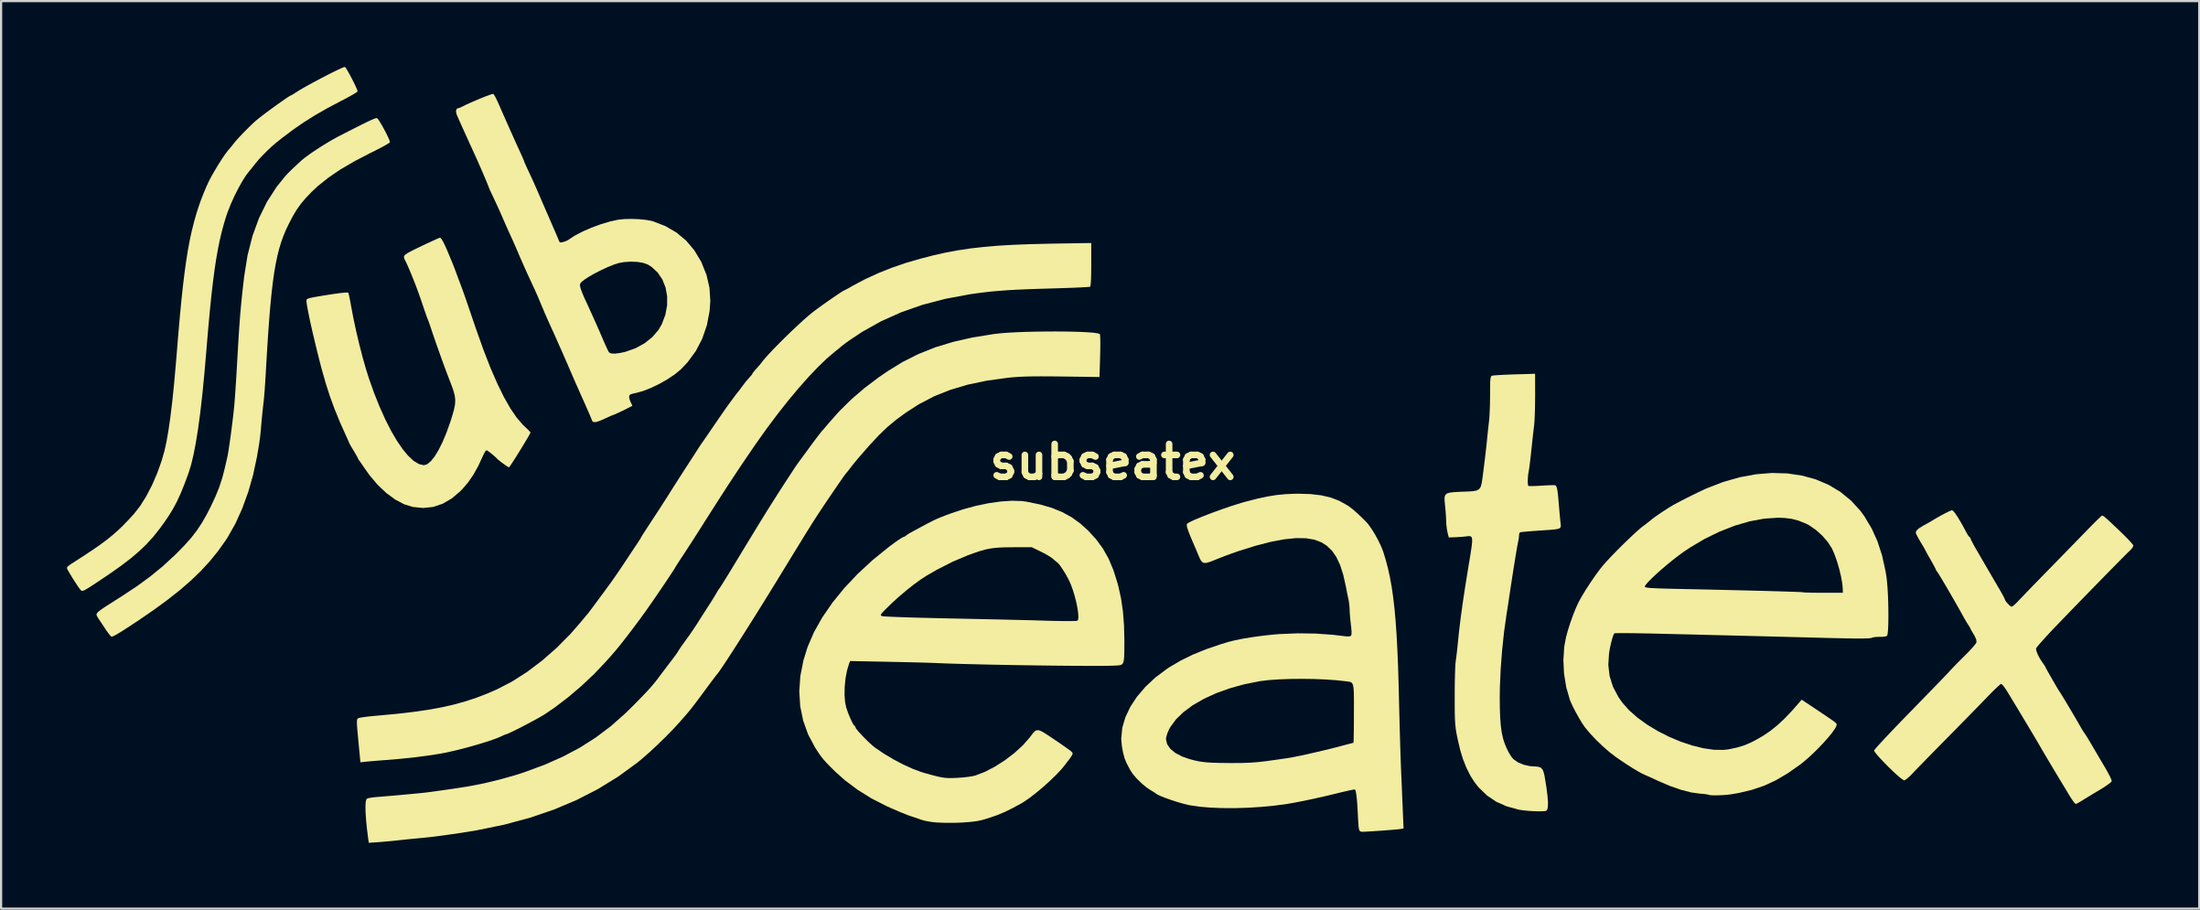
<source format=kicad_pcb>
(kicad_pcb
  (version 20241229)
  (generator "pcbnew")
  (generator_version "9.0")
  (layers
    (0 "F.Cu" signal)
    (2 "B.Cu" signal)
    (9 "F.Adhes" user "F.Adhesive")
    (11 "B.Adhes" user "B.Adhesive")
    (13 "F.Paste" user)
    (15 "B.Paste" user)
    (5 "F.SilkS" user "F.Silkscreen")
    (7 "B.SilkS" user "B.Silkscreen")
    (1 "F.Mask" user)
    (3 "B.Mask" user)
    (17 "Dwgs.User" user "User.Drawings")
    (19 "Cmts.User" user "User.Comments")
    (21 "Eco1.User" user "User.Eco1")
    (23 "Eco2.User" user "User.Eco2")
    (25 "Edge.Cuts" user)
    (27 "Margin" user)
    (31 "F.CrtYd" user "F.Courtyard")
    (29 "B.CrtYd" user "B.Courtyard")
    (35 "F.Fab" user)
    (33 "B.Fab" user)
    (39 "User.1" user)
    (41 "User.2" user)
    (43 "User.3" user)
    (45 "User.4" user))
  (footprint "subseatex"
    (layer "F.Cu")
    (at 47.642 18.002)
    (property "Reference" "subseatex" (at 0 0 0) (layer "F.SilkS") (effects (font (size 1.5 1.5) (thickness 0.3))))
    (attr board_only exclude_from_pos_files exclude_from_bom)
    (fp_poly (pts (xy -33.519 -15.67) (xy -33.471 -15.624) (xy -33.394 -15.51) (xy -33.297 -15.349) (xy -33.193 -15.162) (xy -33.092 -14.97) (xy -33.007 -14.793) (xy -32.948 -14.653) (xy -32.926 -14.574) (xy -32.967 -14.537) (xy -33.083 -14.465) (xy -33.261 -14.365) (xy -33.489 -14.245) (xy -33.754 -14.111) (xy -33.838 -14.07) (xy -34.558 -13.696) (xy -35.188 -13.327) (xy -35.735 -12.955) (xy -36.207 -12.577) (xy -36.493 -12.309) (xy -36.767 -12.023) (xy -36.988 -11.76) (xy -37.179 -11.491) (xy -37.36 -11.187) (xy -37.535 -10.85) (xy -37.662 -10.584) (xy -37.776 -10.313) (xy -37.879 -10.028) (xy -37.971 -9.724) (xy -38.055 -9.394) (xy -38.131 -9.029) (xy -38.201 -8.624) (xy -38.264 -8.171) (xy -38.323 -7.663) (xy -38.378 -7.094) (xy -38.431 -6.456) (xy -38.482 -5.742) (xy -38.533 -4.945) (xy -38.584 -4.058) (xy -38.59 -3.947) (xy -38.61 -3.627) (xy -38.632 -3.31) (xy -38.655 -3.021) (xy -38.677 -2.785) (xy -38.691 -2.662) (xy -38.717 -2.438) (xy -38.746 -2.161) (xy -38.774 -1.875) (xy -38.786 -1.734) (xy -38.808 -1.478) (xy -38.828 -1.27) (xy -38.85 -1.083) (xy -38.877 -0.89) (xy -38.912 -0.665) (xy -38.961 -0.382) (xy -38.984 -0.244) (xy -39.156 0.57) (xy -39.381 1.361) (xy -39.653 2.111) (xy -39.967 2.806) (xy -40.317 3.427) (xy -40.423 3.59) (xy -40.765 4.068) (xy -41.135 4.523) (xy -41.541 4.965) (xy -41.994 5.401) (xy -42.5 5.84) (xy -43.071 6.29) (xy -43.714 6.759) (xy -44.439 7.256) (xy -44.45 7.263) (xy -44.819 7.506) (xy -45.113 7.695) (xy -45.336 7.832) (xy -45.493 7.919) (xy -45.588 7.959) (xy -45.609 7.962) (xy -45.657 7.924) (xy -45.741 7.822) (xy -45.848 7.675) (xy -45.892 7.608) (xy -46.011 7.427) (xy -46.121 7.263) (xy -46.201 7.143) (xy -46.216 7.121) (xy -46.288 6.998) (xy -46.292 6.913) (xy -46.221 6.831) (xy -46.172 6.791) (xy -46.114 6.747) (xy -46.051 6.701) (xy -45.972 6.647) (xy -45.864 6.576) (xy -45.714 6.48) (xy -45.511 6.35) (xy -45.242 6.179) (xy -45.127 6.106) (xy -44.439 5.65) (xy -43.824 5.199) (xy -43.259 4.735) (xy -42.723 4.24) (xy -42.636 4.155) (xy -42.275 3.785) (xy -41.976 3.448) (xy -41.722 3.119) (xy -41.493 2.774) (xy -41.274 2.389) (xy -41.108 2.066) (xy -40.879 1.58) (xy -40.701 1.141) (xy -40.563 0.718) (xy -40.472 0.366) (xy -40.424 0.161) (xy -40.378 -0.037) (xy -40.346 -0.171) (xy -40.315 -0.322) (xy -40.277 -0.551) (xy -40.234 -0.839) (xy -40.187 -1.168) (xy -40.141 -1.517) (xy -40.097 -1.87) (xy -40.057 -2.205) (xy -40.026 -2.505) (xy -40.009 -2.687) (xy -39.992 -2.908) (xy -39.971 -3.205) (xy -39.947 -3.556) (xy -39.923 -3.941) (xy -39.9 -4.336) (xy -39.884 -4.616) (xy -39.85 -5.206) (xy -39.819 -5.716) (xy -39.79 -6.164) (xy -39.76 -6.569) (xy -39.728 -6.948) (xy -39.693 -7.319) (xy -39.654 -7.7) (xy -39.608 -8.109) (xy -39.565 -8.474) (xy -39.413 -9.42) (xy -39.189 -10.3) (xy -38.893 -11.113) (xy -38.526 -11.86) (xy -38.087 -12.541) (xy -37.709 -13.009) (xy -37.608 -13.12) (xy -37.493 -13.238) (xy -37.35 -13.377) (xy -37.162 -13.553) (xy -36.977 -13.724) (xy -36.806 -13.865) (xy -36.569 -14.038) (xy -36.288 -14.229) (xy -35.983 -14.425) (xy -35.675 -14.612) (xy -35.385 -14.777) (xy -35.267 -14.839) (xy -34.826 -15.065) (xy -34.464 -15.249) (xy -34.174 -15.395) (xy -33.947 -15.506) (xy -33.776 -15.585) (xy -33.654 -15.637) (xy -33.572 -15.664) (xy -33.525 -15.671)) (stroke (width 0) (type solid)) (fill yes) (layer "F.SilkS"))
    (fp_poly (pts (xy -34.93 -17.945) (xy -34.854 -17.822) (xy -34.76 -17.655) (xy -34.66 -17.465) (xy -34.562 -17.273) (xy -34.48 -17.099) (xy -34.423 -16.964) (xy -34.401 -16.89) (xy -34.402 -16.885) (xy -34.451 -16.844) (xy -34.573 -16.768) (xy -34.753 -16.665) (xy -34.976 -16.544) (xy -35.176 -16.44) (xy -35.795 -16.113) (xy -36.346 -15.797) (xy -36.855 -15.477) (xy -37.348 -15.136) (xy -37.851 -14.757) (xy -38.122 -14.541) (xy -38.313 -14.377) (xy -38.525 -14.177) (xy -38.735 -13.965) (xy -38.919 -13.767) (xy -39.052 -13.607) (xy -39.054 -13.604) (xy -39.167 -13.458) (xy -39.277 -13.324) (xy -39.311 -13.286) (xy -39.466 -13.088) (xy -39.64 -12.817) (xy -39.822 -12.494) (xy -40.002 -12.139) (xy -40.169 -11.772) (xy -40.312 -11.413) (xy -40.391 -11.186) (xy -40.497 -10.834) (xy -40.595 -10.471) (xy -40.685 -10.087) (xy -40.768 -9.675) (xy -40.846 -9.226) (xy -40.921 -8.732) (xy -40.992 -8.184) (xy -41.062 -7.575) (xy -41.131 -6.895) (xy -41.201 -6.138) (xy -41.273 -5.293) (xy -41.298 -4.982) (xy -41.386 -3.972) (xy -41.476 -3.057) (xy -41.57 -2.237) (xy -41.668 -1.509) (xy -41.771 -0.872) (xy -41.877 -0.325) (xy -41.988 0.136) (xy -42.104 0.51) (xy -42.107 0.517) (xy -42.289 1.007) (xy -42.457 1.423) (xy -42.624 1.787) (xy -42.801 2.12) (xy -42.997 2.442) (xy -43.225 2.776) (xy -43.428 3.053) (xy -43.712 3.41) (xy -44.017 3.745) (xy -44.356 4.07) (xy -44.741 4.397) (xy -45.186 4.736) (xy -45.703 5.1) (xy -45.867 5.211) (xy -46.185 5.424) (xy -46.433 5.589) (xy -46.62 5.71) (xy -46.756 5.793) (xy -46.85 5.844) (xy -46.914 5.869) (xy -46.956 5.872) (xy -46.987 5.86) (xy -47.006 5.846) (xy -47.058 5.785) (xy -47.147 5.659) (xy -47.258 5.491) (xy -47.38 5.3) (xy -47.497 5.108) (xy -47.597 4.936) (xy -47.628 4.88) (xy -47.642 4.824) (xy -47.611 4.767) (xy -47.52 4.693) (xy -47.394 4.609) (xy -46.912 4.299) (xy -46.502 4.027) (xy -46.152 3.785) (xy -45.848 3.561) (xy -45.58 3.346) (xy -45.332 3.13) (xy -45.095 2.903) (xy -44.854 2.654) (xy -44.598 2.374) (xy -44.592 2.369) (xy -44.306 2.003) (xy -44.027 1.558) (xy -43.765 1.053) (xy -43.528 0.507) (xy -43.326 -0.062) (xy -43.201 -0.502) (xy -43.108 -0.921) (xy -43.018 -1.436) (xy -42.93 -2.046) (xy -42.844 -2.753) (xy -42.761 -3.556) (xy -42.681 -4.457) (xy -42.644 -4.909) (xy -42.569 -5.821) (xy -42.497 -6.642) (xy -42.426 -7.383) (xy -42.354 -8.049) (xy -42.281 -8.65) (xy -42.205 -9.194) (xy -42.125 -9.688) (xy -42.04 -10.14) (xy -41.948 -10.558) (xy -41.849 -10.951) (xy -41.742 -11.327) (xy -41.638 -11.652) (xy -41.534 -11.945) (xy -41.411 -12.259) (xy -41.287 -12.555) (xy -41.185 -12.775) (xy -41.059 -13.016) (xy -40.907 -13.282) (xy -40.743 -13.554) (xy -40.58 -13.811) (xy -40.43 -14.031) (xy -40.307 -14.194) (xy -40.268 -14.239) (xy -40.179 -14.341) (xy -40.073 -14.475) (xy -40.046 -14.51) (xy -39.938 -14.642) (xy -39.777 -14.819) (xy -39.584 -15.022) (xy -39.378 -15.229) (xy -39.181 -15.42) (xy -39.042 -15.547) (xy -38.928 -15.641) (xy -38.765 -15.769) (xy -38.567 -15.918) (xy -38.348 -16.08) (xy -38.124 -16.243) (xy -37.909 -16.396) (xy -37.718 -16.529) (xy -37.566 -16.632) (xy -37.467 -16.693) (xy -37.438 -16.705) (xy -37.384 -16.731) (xy -37.279 -16.795) (xy -37.205 -16.844) (xy -37.062 -16.934) (xy -36.865 -17.05) (xy -36.629 -17.182) (xy -36.366 -17.325) (xy -36.092 -17.471) (xy -35.819 -17.613) (xy -35.563 -17.743) (xy -35.336 -17.854) (xy -35.154 -17.939) (xy -35.03 -17.991) (xy -34.978 -18.002)) (stroke (width 0) (type solid)) (fill yes) (layer "F.SilkS"))
    (fp_poly (pts (xy -30.589 -10.177) (xy -30.51 -10.049) (xy -30.411 -9.85) (xy -30.305 -9.608) (xy -30.23 -9.426) (xy -30.159 -9.258) (xy -30.117 -9.159) (xy -30.069 -9.041) (xy -30.001 -8.867) (xy -29.927 -8.672) (xy -29.918 -8.646) (xy -29.834 -8.419) (xy -29.745 -8.181) (xy -29.672 -7.986) (xy -29.612 -7.824) (xy -29.532 -7.599) (xy -29.442 -7.341) (xy -29.353 -7.083) (xy -29.256 -6.798) (xy -29.152 -6.492) (xy -29.054 -6.206) (xy -28.986 -6.008) (xy -28.664 -5.104) (xy -28.35 -4.297) (xy -28.042 -3.586) (xy -27.741 -2.972) (xy -27.447 -2.454) (xy -27.16 -2.031) (xy -26.878 -1.703) (xy -26.797 -1.625) (xy -26.666 -1.502) (xy -26.57 -1.403) (xy -26.525 -1.347) (xy -26.523 -1.343) (xy -26.548 -1.288) (xy -26.614 -1.169) (xy -26.713 -1) (xy -26.835 -0.797) (xy -26.969 -0.577) (xy -27.107 -0.355) (xy -27.238 -0.147) (xy -27.353 0.031) (xy -27.442 0.164) (xy -27.495 0.236) (xy -27.505 0.244) (xy -27.557 0.217) (xy -27.66 0.149) (xy -27.786 0.059) (xy -27.91 -0.034) (xy -28.004 -0.11) (xy -28.038 -0.142) (xy -28.116 -0.22) (xy -28.229 -0.32) (xy -28.352 -0.42) (xy -28.459 -0.499) (xy -28.524 -0.537) (xy -28.528 -0.537) (xy -28.574 -0.496) (xy -28.638 -0.391) (xy -28.678 -0.305) (xy -28.898 0.172) (xy -29.121 0.573) (xy -29.359 0.92) (xy -29.625 1.232) (xy -29.721 1.331) (xy -30.115 1.665) (xy -30.529 1.904) (xy -30.963 2.048) (xy -31.417 2.095) (xy -31.888 2.048) (xy -32.283 1.925) (xy -32.686 1.712) (xy -33.087 1.418) (xy -33.477 1.05) (xy -33.848 0.614) (xy -34.064 0.312) (xy -34.175 0.148) (xy -34.269 0.012) (xy -34.33 -0.072) (xy -34.339 -0.083) (xy -34.382 -0.151) (xy -34.388 -0.17) (xy -34.411 -0.222) (xy -34.474 -0.334) (xy -34.563 -0.485) (xy -34.583 -0.519) (xy -34.676 -0.673) (xy -34.745 -0.792) (xy -34.777 -0.853) (xy -34.778 -0.856) (xy -34.797 -0.905) (xy -34.847 -1.019) (xy -34.917 -1.173) (xy -34.921 -1.181) (xy -35.207 -1.821) (xy -35.45 -2.415) (xy -35.663 -2.997) (xy -35.855 -3.597) (xy -36.04 -4.248) (xy -36.12 -4.556) (xy -36.238 -5.022) (xy -36.349 -5.478) (xy -36.451 -5.911) (xy -36.541 -6.31) (xy -36.616 -6.664) (xy -36.675 -6.961) (xy -36.714 -7.189) (xy -36.732 -7.336) (xy -36.732 -7.357) (xy -36.726 -7.393) (xy -36.701 -7.424) (xy -36.642 -7.452) (xy -36.539 -7.48) (xy -36.377 -7.513) (xy -36.146 -7.553) (xy -35.832 -7.604) (xy -35.793 -7.61) (xy -35.445 -7.664) (xy -35.167 -7.7) (xy -34.967 -7.72) (xy -34.851 -7.721) (xy -34.824 -7.713) (xy -34.804 -7.647) (xy -34.773 -7.508) (xy -34.735 -7.317) (xy -34.708 -7.166) (xy -34.597 -6.577) (xy -34.465 -5.959) (xy -34.318 -5.338) (xy -34.163 -4.741) (xy -34.007 -4.195) (xy -33.893 -3.834) (xy -33.652 -3.154) (xy -33.4 -2.523) (xy -33.141 -1.945) (xy -32.878 -1.427) (xy -32.613 -0.974) (xy -32.351 -0.59) (xy -32.095 -0.281) (xy -31.848 -0.052) (xy -31.612 0.092) (xy -31.392 0.146) (xy -31.377 0.147) (xy -31.227 0.1) (xy -31.063 -0.036) (xy -30.889 -0.254) (xy -30.711 -0.548) (xy -30.53 -0.909) (xy -30.353 -1.331) (xy -30.182 -1.808) (xy -30.091 -2.096) (xy -30.01 -2.382) (xy -29.963 -2.615) (xy -29.951 -2.823) (xy -29.976 -3.032) (xy -30.039 -3.267) (xy -30.143 -3.554) (xy -30.188 -3.67) (xy -30.322 -4.018) (xy -30.476 -4.431) (xy -30.639 -4.883) (xy -30.803 -5.346) (xy -30.957 -5.792) (xy -31.07 -6.13) (xy -31.129 -6.302) (xy -31.181 -6.448) (xy -31.211 -6.521) (xy -31.247 -6.613) (xy -31.302 -6.768) (xy -31.366 -6.953) (xy -31.377 -6.985) (xy -31.509 -7.378) (xy -31.625 -7.706) (xy -31.733 -7.999) (xy -31.845 -8.286) (xy -31.971 -8.596) (xy -31.972 -8.597) (xy -32.064 -8.816) (xy -32.146 -9.003) (xy -32.209 -9.139) (xy -32.245 -9.204) (xy -32.246 -9.205) (xy -32.28 -9.289) (xy -32.287 -9.356) (xy -32.274 -9.4) (xy -32.227 -9.45) (xy -32.135 -9.513) (xy -31.987 -9.595) (xy -31.771 -9.704) (xy -31.485 -9.842) (xy -31.227 -9.963) (xy -30.999 -10.069) (xy -30.815 -10.152) (xy -30.692 -10.205) (xy -30.643 -10.222)) (stroke (width 0) (type solid)) (fill yes) (layer "F.SilkS"))
    (fp_poly (pts (xy 19.246 -3.024) (xy 19.243 -2.693) (xy 19.237 -2.369) (xy 19.227 -2.074) (xy 19.214 -1.832) (xy 19.2 -1.664) (xy 19.199 -1.661) (xy 19.177 -1.48) (xy 19.148 -1.23) (xy 19.116 -0.939) (xy 19.084 -0.635) (xy 19.071 -0.513) (xy 19.041 -0.235) (xy 19.011 0.018) (xy 18.985 0.227) (xy 18.963 0.371) (xy 18.955 0.415) (xy 18.929 0.567) (xy 18.914 0.74) (xy 18.91 0.905) (xy 18.918 1.032) (xy 18.939 1.091) (xy 19.001 1.098) (xy 19.14 1.097) (xy 19.333 1.09) (xy 19.54 1.078) (xy 19.767 1.065) (xy 19.961 1.057) (xy 20.098 1.056) (xy 20.156 1.061) (xy 20.198 1.092) (xy 20.231 1.161) (xy 20.259 1.28) (xy 20.284 1.465) (xy 20.309 1.727) (xy 20.319 1.856) (xy 20.341 2.118) (xy 20.364 2.379) (xy 20.385 2.604) (xy 20.397 2.721) (xy 20.411 2.832) (xy 20.417 2.916) (xy 20.402 2.978) (xy 20.356 3.022) (xy 20.266 3.053) (xy 20.122 3.075) (xy 19.911 3.093) (xy 19.622 3.113) (xy 19.394 3.128) (xy 19.122 3.148) (xy 18.885 3.167) (xy 18.7 3.185) (xy 18.583 3.199) (xy 18.551 3.206) (xy 18.521 3.268) (xy 18.513 3.348) (xy 18.501 3.471) (xy 18.473 3.631) (xy 18.464 3.675) (xy 18.441 3.788) (xy 18.406 3.984) (xy 18.362 4.248) (xy 18.31 4.567) (xy 18.253 4.926) (xy 18.193 5.312) (xy 18.132 5.71) (xy 18.072 6.106) (xy 18.072 6.106) (xy 18.043 6.3) (xy 18.005 6.549) (xy 17.964 6.809) (xy 17.947 6.912) (xy 17.832 7.731) (xy 17.741 8.588) (xy 17.676 9.447) (xy 17.64 10.272) (xy 17.634 10.722) (xy 17.639 11.236) (xy 17.655 11.667) (xy 17.684 12.029) (xy 17.727 12.335) (xy 17.786 12.601) (xy 17.83 12.749) (xy 17.925 12.996) (xy 18.042 13.233) (xy 18.164 13.432) (xy 18.259 13.544) (xy 18.46 13.685) (xy 18.722 13.794) (xy 19.009 13.859) (xy 19.191 13.872) (xy 19.384 13.885) (xy 19.514 13.933) (xy 19.598 14.035) (xy 19.654 14.207) (xy 19.68 14.336) (xy 19.76 14.824) (xy 19.81 15.22) (xy 19.832 15.524) (xy 19.823 15.738) (xy 19.786 15.862) (xy 19.746 15.896) (xy 19.627 15.913) (xy 19.437 15.919) (xy 19.204 15.913) (xy 18.955 15.898) (xy 18.715 15.875) (xy 18.512 15.844) (xy 18.494 15.841) (xy 17.948 15.691) (xy 17.47 15.478) (xy 17.051 15.195) (xy 16.679 14.835) (xy 16.499 14.611) (xy 16.302 14.304) (xy 16.115 13.933) (xy 15.956 13.534) (xy 15.837 13.14) (xy 15.837 13.14) (xy 15.762 12.827) (xy 15.704 12.569) (xy 15.659 12.345) (xy 15.627 12.137) (xy 15.605 11.925) (xy 15.592 11.692) (xy 15.585 11.417) (xy 15.582 11.083) (xy 15.582 10.673) (xy 15.583 10.308) (xy 15.588 9.96) (xy 15.596 9.647) (xy 15.605 9.385) (xy 15.616 9.189) (xy 15.627 9.084) (xy 15.65 8.924) (xy 15.677 8.698) (xy 15.706 8.441) (xy 15.727 8.229) (xy 15.783 7.686) (xy 15.853 7.11) (xy 15.938 6.488) (xy 16.041 5.803) (xy 16.162 5.043) (xy 16.199 4.818) (xy 16.268 4.403) (xy 16.321 4.075) (xy 16.357 3.824) (xy 16.375 3.64) (xy 16.375 3.513) (xy 16.356 3.433) (xy 16.317 3.391) (xy 16.258 3.378) (xy 16.177 3.382) (xy 16.095 3.392) (xy 15.933 3.408) (xy 15.729 3.422) (xy 15.606 3.428) (xy 15.313 3.439) (xy 15.256 3.221) (xy 15.223 3.045) (xy 15.2 2.832) (xy 15.194 2.711) (xy 15.186 2.52) (xy 15.17 2.278) (xy 15.147 2.031) (xy 15.142 1.978) (xy 15.121 1.764) (xy 15.121 1.609) (xy 15.153 1.503) (xy 15.23 1.434) (xy 15.366 1.394) (xy 15.572 1.372) (xy 15.861 1.357) (xy 15.908 1.355) (xy 16.208 1.344) (xy 16.43 1.329) (xy 16.587 1.298) (xy 16.694 1.238) (xy 16.763 1.137) (xy 16.809 0.979) (xy 16.845 0.754) (xy 16.884 0.447) (xy 16.889 0.408) (xy 16.93 0.083) (xy 16.972 -0.259) (xy 17.009 -0.583) (xy 17.039 -0.858) (xy 17.049 -0.953) (xy 17.076 -1.224) (xy 17.106 -1.51) (xy 17.135 -1.766) (xy 17.147 -1.876) (xy 17.164 -2.062) (xy 17.177 -2.318) (xy 17.188 -2.616) (xy 17.193 -2.928) (xy 17.194 -3.08) (xy 17.195 -3.383) (xy 17.198 -3.602) (xy 17.206 -3.752) (xy 17.22 -3.846) (xy 17.24 -3.9) (xy 17.269 -3.926) (xy 17.279 -3.931) (xy 17.353 -3.943) (xy 17.508 -3.956) (xy 17.727 -3.969) (xy 17.994 -3.981) (xy 18.291 -3.992) (xy 18.305 -3.992) (xy 19.245 -4.02)) (stroke (width 0) (type solid)) (fill yes) (layer "F.SilkS"))
    (fp_poly (pts (xy -28.218 -16.774) (xy -28.176 -16.722) (xy -28.107 -16.599) (xy -28.023 -16.425) (xy -27.956 -16.276) (xy -27.861 -16.056) (xy -27.735 -15.77) (xy -27.588 -15.439) (xy -27.431 -15.086) (xy -27.273 -14.733) (xy -27.124 -14.402) (xy -26.993 -14.116) (xy -26.933 -13.985) (xy -26.87 -13.843) (xy -26.827 -13.741) (xy -26.817 -13.706) (xy -26.797 -13.654) (xy -26.744 -13.533) (xy -26.666 -13.363) (xy -26.591 -13.203) (xy -26.479 -12.963) (xy -26.366 -12.715) (xy -26.269 -12.498) (xy -26.23 -12.407) (xy -26.17 -12.267) (xy -26.079 -12.057) (xy -25.965 -11.793) (xy -25.835 -11.494) (xy -25.699 -11.18) (xy -25.649 -11.066) (xy -25.522 -10.773) (xy -25.409 -10.512) (xy -25.316 -10.295) (xy -25.248 -10.134) (xy -25.21 -10.044) (xy -25.205 -10.028) (xy -25.166 -10.005) (xy -25.069 -10.015) (xy -24.948 -10.05) (xy -24.833 -10.102) (xy -24.794 -10.128) (xy -24.51 -10.313) (xy -24.154 -10.499) (xy -23.753 -10.675) (xy -23.332 -10.83) (xy -22.918 -10.955) (xy -22.535 -11.039) (xy -22.518 -11.042) (xy -22.24 -11.07) (xy -21.916 -11.077) (xy -21.58 -11.064) (xy -21.264 -11.033) (xy -21.002 -10.985) (xy -20.94 -10.968) (xy -20.374 -10.748) (xy -19.872 -10.455) (xy -19.435 -10.09) (xy -19.063 -9.651) (xy -18.755 -9.138) (xy -18.732 -9.09) (xy -18.503 -8.52) (xy -18.37 -7.941) (xy -18.331 -7.345) (xy -18.363 -6.887) (xy -18.488 -6.231) (xy -18.699 -5.619) (xy -18.992 -5.055) (xy -19.367 -4.543) (xy -19.683 -4.212) (xy -19.953 -3.991) (xy -20.285 -3.769) (xy -20.653 -3.56) (xy -21.031 -3.377) (xy -21.392 -3.236) (xy -21.688 -3.153) (xy -21.867 -3.114) (xy -21.97 -3.079) (xy -22.017 -3.036) (xy -22.029 -2.974) (xy -22.029 -2.964) (xy -22.007 -2.844) (xy -21.956 -2.718) (xy -21.906 -2.618) (xy -21.883 -2.566) (xy -21.883 -2.565) (xy -21.923 -2.539) (xy -22.029 -2.484) (xy -22.177 -2.41) (xy -22.344 -2.328) (xy -22.506 -2.251) (xy -22.641 -2.189) (xy -22.724 -2.154) (xy -22.739 -2.149) (xy -22.793 -2.13) (xy -22.913 -2.078) (xy -23.075 -2.005) (xy -23.132 -1.978) (xy -23.37 -1.874) (xy -23.537 -1.821) (xy -23.646 -1.818) (xy -23.707 -1.861) (xy -23.72 -1.893) (xy -23.757 -1.989) (xy -23.833 -2.169) (xy -23.946 -2.429) (xy -24.095 -2.764) (xy -24.277 -3.17) (xy -24.279 -3.175) (xy -24.375 -3.392) (xy -24.494 -3.661) (xy -24.618 -3.947) (xy -24.717 -4.176) (xy -24.882 -4.558) (xy -25.062 -4.968) (xy -25.244 -5.381) (xy -25.419 -5.773) (xy -25.575 -6.118) (xy -25.669 -6.326) (xy -25.763 -6.535) (xy -25.874 -6.788) (xy -25.981 -7.04) (xy -26.009 -7.107) (xy -26.106 -7.34) (xy -26.186 -7.529) (xy -26.262 -7.702) (xy -26.345 -7.887) (xy -26.428 -8.065) (xy -24.27 -8.065) (xy -24.262 -7.994) (xy -24.23 -7.879) (xy -24.166 -7.707) (xy -24.084 -7.511) (xy -24.056 -7.449) (xy -23.956 -7.234) (xy -23.857 -7.018) (xy -23.777 -6.841) (xy -23.765 -6.814) (xy -23.678 -6.622) (xy -23.588 -6.422) (xy -23.555 -6.35) (xy -23.495 -6.215) (xy -23.408 -6.018) (xy -23.309 -5.789) (xy -23.225 -5.593) (xy -23.131 -5.377) (xy -23.047 -5.192) (xy -22.982 -5.058) (xy -22.946 -4.995) (xy -22.848 -4.946) (xy -22.672 -4.938) (xy -22.428 -4.97) (xy -22.19 -5.024) (xy -21.737 -5.184) (xy -21.328 -5.409) (xy -20.977 -5.688) (xy -20.696 -6.013) (xy -20.54 -6.28) (xy -20.38 -6.707) (xy -20.3 -7.136) (xy -20.298 -7.554) (xy -20.37 -7.95) (xy -20.513 -8.312) (xy -20.726 -8.629) (xy -21.004 -8.888) (xy -21.178 -8.997) (xy -21.383 -9.072) (xy -21.653 -9.117) (xy -21.956 -9.13) (xy -22.264 -9.109) (xy -22.518 -9.062) (xy -22.742 -8.989) (xy -23.018 -8.876) (xy -23.319 -8.736) (xy -23.615 -8.584) (xy -23.879 -8.433) (xy -24.054 -8.318) (xy -24.186 -8.216) (xy -24.252 -8.141) (xy -24.27 -8.065) (xy -26.428 -8.065) (xy -26.448 -8.109) (xy -26.561 -8.353) (xy -26.674 -8.597) (xy -26.805 -8.889) (xy -26.936 -9.187) (xy -27.02 -9.378) (xy -27.116 -9.603) (xy -27.202 -9.801) (xy -27.268 -9.953) (xy -27.305 -10.037) (xy -27.306 -10.038) (xy -27.345 -10.126) (xy -27.413 -10.276) (xy -27.497 -10.46) (xy -27.527 -10.526) (xy -27.627 -10.749) (xy -27.729 -10.98) (xy -27.813 -11.174) (xy -27.823 -11.199) (xy -27.895 -11.363) (xy -27.994 -11.582) (xy -28.106 -11.824) (xy -28.185 -11.994) (xy -28.281 -12.197) (xy -28.359 -12.366) (xy -28.411 -12.483) (xy -28.428 -12.528) (xy -28.447 -12.58) (xy -28.496 -12.702) (xy -28.569 -12.876) (xy -28.657 -13.084) (xy -28.753 -13.307) (xy -28.848 -13.525) (xy -28.934 -13.721) (xy -28.98 -13.823) (xy -29.041 -13.957) (xy -29.132 -14.158) (xy -29.246 -14.408) (xy -29.372 -14.684) (xy -29.475 -14.911) (xy -29.597 -15.18) (xy -29.708 -15.426) (xy -29.799 -15.631) (xy -29.864 -15.78) (xy -29.894 -15.851) (xy -29.918 -15.982) (xy -29.893 -16.082) (xy -29.828 -16.12) (xy -29.749 -16.141) (xy -29.633 -16.193) (xy -29.625 -16.198) (xy -29.466 -16.277) (xy -29.265 -16.369) (xy -29.04 -16.468) (xy -28.811 -16.564) (xy -28.595 -16.65) (xy -28.412 -16.719) (xy -28.28 -16.763) (xy -28.218 -16.774)) (stroke (width 0) (type solid)) (fill yes) (layer "F.SilkS"))
    (fp_poly (pts (xy -2.187 -5.945) (xy -1.789 -5.938) (xy -1.428 -5.926) (xy -1.116 -5.909) (xy -0.865 -5.889) (xy -0.686 -5.864) (xy -0.591 -5.835) (xy -0.584 -5.829) (xy -0.573 -5.77) (xy -0.566 -5.628) (xy -0.563 -5.421) (xy -0.565 -5.162) (xy -0.571 -4.868) (xy -0.572 -4.831) (xy -0.601 -3.873) (xy -2.315 -3.896) (xy -2.829 -3.901) (xy -3.26 -3.903) (xy -3.623 -3.901) (xy -3.933 -3.895) (xy -4.206 -3.884) (xy -4.455 -3.868) (xy -4.696 -3.847) (xy -4.781 -3.838) (xy -5.731 -3.707) (xy -6.603 -3.524) (xy -7.402 -3.286) (xy -8.134 -2.994) (xy -8.804 -2.644) (xy -8.921 -2.573) (xy -9.426 -2.246) (xy -9.866 -1.925) (xy -10.268 -1.589) (xy -10.658 -1.215) (xy -11.062 -0.781) (xy -11.153 -0.678) (xy -11.353 -0.449) (xy -11.503 -0.277) (xy -11.617 -0.145) (xy -11.708 -0.036) (xy -11.791 0.066) (xy -11.879 0.178) (xy -11.968 0.293) (xy -12.065 0.417) (xy -12.139 0.507) (xy -12.165 0.537) (xy -12.203 0.587) (xy -12.287 0.704) (xy -12.406 0.876) (xy -12.552 1.087) (xy -12.715 1.325) (xy -12.886 1.577) (xy -13.056 1.828) (xy -13.215 2.064) (xy -13.314 2.214) (xy -13.411 2.361) (xy -13.507 2.508) (xy -13.607 2.663) (xy -13.716 2.835) (xy -13.84 3.033) (xy -13.983 3.263) (xy -14.152 3.536) (xy -14.35 3.86) (xy -14.585 4.242) (xy -14.86 4.692) (xy -15.152 5.17) (xy -15.46 5.672) (xy -15.77 6.174) (xy -16.078 6.67) (xy -16.38 7.152) (xy -16.671 7.614) (xy -16.946 8.047) (xy -17.2 8.445) (xy -17.429 8.799) (xy -17.628 9.104) (xy -17.793 9.351) (xy -17.919 9.534) (xy -18 9.644) (xy -18.025 9.672) (xy -18.062 9.717) (xy -18.146 9.828) (xy -18.268 9.989) (xy -18.416 10.188) (xy -18.515 10.322) (xy -18.737 10.623) (xy -18.914 10.861) (xy -19.058 11.051) (xy -19.179 11.207) (xy -19.291 11.346) (xy -19.405 11.482) (xy -19.533 11.631) (xy -19.688 11.807) (xy -19.733 11.858) (xy -20.024 12.174) (xy -20.36 12.519) (xy -20.719 12.869) (xy -21.079 13.204) (xy -21.417 13.502) (xy -21.663 13.705) (xy -22.532 14.338) (xy -23.451 14.904) (xy -24.425 15.404) (xy -25.458 15.839) (xy -26.555 16.213) (xy -27.72 16.526) (xy -28.959 16.781) (xy -29.698 16.901) (xy -30.104 16.96) (xy -30.435 17.007) (xy -30.711 17.045) (xy -30.953 17.075) (xy -31.183 17.101) (xy -31.421 17.126) (xy -31.628 17.145) (xy -31.906 17.172) (xy -32.196 17.201) (xy -32.457 17.228) (xy -32.605 17.245) (xy -32.848 17.27) (xy -33.133 17.296) (xy -33.405 17.319) (xy -33.443 17.321) (xy -33.891 17.354) (xy -33.921 17.139) (xy -33.977 16.688) (xy -34.016 16.287) (xy -34.038 15.945) (xy -34.042 15.672) (xy -34.029 15.475) (xy -33.996 15.362) (xy -33.983 15.347) (xy -33.906 15.318) (xy -33.761 15.291) (xy -33.578 15.27) (xy -33.556 15.268) (xy -33.376 15.254) (xy -33.124 15.233) (xy -32.822 15.207) (xy -32.495 15.178) (xy -32.167 15.148) (xy -31.861 15.119) (xy -31.6 15.095) (xy -31.409 15.075) (xy -31.384 15.073) (xy -31.2 15.05) (xy -30.944 15.017) (xy -30.641 14.974) (xy -30.313 14.928) (xy -29.986 14.88) (xy -29.685 14.834) (xy -29.432 14.794) (xy -29.332 14.777) (xy -28.64 14.642) (xy -27.917 14.467) (xy -27.211 14.268) (xy -26.817 14.141) (xy -25.892 13.8) (xy -25.049 13.427) (xy -24.272 13.015) (xy -23.548 12.554) (xy -22.863 12.037) (xy -22.203 11.454) (xy -21.883 11.141) (xy -21.601 10.855) (xy -21.375 10.622) (xy -21.193 10.429) (xy -21.042 10.262) (xy -20.908 10.104) (xy -20.779 9.943) (xy -20.642 9.763) (xy -20.61 9.72) (xy -20.478 9.544) (xy -20.366 9.395) (xy -20.288 9.292) (xy -20.261 9.256) (xy -20.056 8.989) (xy -19.904 8.785) (xy -19.811 8.648) (xy -19.793 8.616) (xy -19.742 8.535) (xy -19.648 8.397) (xy -19.525 8.225) (xy -19.431 8.095) (xy -19.276 7.879) (xy -19.118 7.65) (xy -18.982 7.446) (xy -18.931 7.367) (xy -18.821 7.191) (xy -18.678 6.968) (xy -18.526 6.731) (xy -18.438 6.594) (xy -18.305 6.388) (xy -18.184 6.194) (xy -18.089 6.037) (xy -18.044 5.959) (xy -17.977 5.844) (xy -17.926 5.771) (xy -17.918 5.763) (xy -17.885 5.716) (xy -17.808 5.596) (xy -17.694 5.414) (xy -17.549 5.18) (xy -17.381 4.904) (xy -17.194 4.597) (xy -17.131 4.493) (xy -16.779 3.912) (xy -16.469 3.403) (xy -16.195 2.953) (xy -15.947 2.55) (xy -15.719 2.182) (xy -15.502 1.838) (xy -15.29 1.504) (xy -15.074 1.168) (xy -14.848 0.819) (xy -14.602 0.443) (xy -14.458 0.224) (xy -14.394 0.131) (xy -14.292 -0.011) (xy -14.172 -0.175) (xy -14.153 -0.2) (xy -14.031 -0.367) (xy -13.92 -0.517) (xy -13.843 -0.623) (xy -13.836 -0.633) (xy -13.747 -0.755) (xy -13.633 -0.908) (xy -13.511 -1.07) (xy -13.396 -1.221) (xy -13.303 -1.341) (xy -13.248 -1.409) (xy -13.241 -1.417) (xy -13.198 -1.463) (xy -13.11 -1.565) (xy -12.995 -1.702) (xy -12.969 -1.734) (xy -12.452 -2.316) (xy -11.909 -2.852) (xy -11.323 -3.357) (xy -10.671 -3.85) (xy -10.252 -4.139) (xy -9.564 -4.561) (xy -8.844 -4.922) (xy -8.083 -5.225) (xy -7.268 -5.474) (xy -6.388 -5.674) (xy -5.432 -5.828) (xy -5.324 -5.842) (xy -5.045 -5.871) (xy -4.71 -5.895) (xy -4.332 -5.915) (xy -3.921 -5.93) (xy -3.489 -5.94) (xy -3.049 -5.946) (xy -2.611 -5.948)) (stroke (width 0) (type solid)) (fill yes) (layer "F.SilkS"))
    (fp_poly (pts (xy 30.74 0.521) (xy 31.406 0.62) (xy 32.036 0.794) (xy 32.622 1.044) (xy 33.161 1.368) (xy 33.646 1.766) (xy 34.072 2.235) (xy 34.251 2.481) (xy 34.577 3.027) (xy 34.841 3.61) (xy 35.049 4.246) (xy 35.205 4.949) (xy 35.251 5.227) (xy 35.278 5.453) (xy 35.3 5.729) (xy 35.318 6.04) (xy 35.331 6.37) (xy 35.338 6.704) (xy 35.34 7.026) (xy 35.337 7.321) (xy 35.328 7.574) (xy 35.313 7.769) (xy 35.293 7.891) (xy 35.278 7.921) (xy 35.192 7.955) (xy 35.039 7.969) (xy 34.953 7.967) (xy 34.782 7.971) (xy 34.637 7.992) (xy 34.581 8.012) (xy 34.53 8.025) (xy 34.429 8.035) (xy 34.273 8.041) (xy 34.054 8.043) (xy 33.766 8.042) (xy 33.402 8.036) (xy 32.956 8.027) (xy 32.419 8.014) (xy 32.295 8.011) (xy 31.621 7.993) (xy 30.955 7.976) (xy 30.285 7.958) (xy 29.598 7.941) (xy 28.882 7.923) (xy 28.125 7.904) (xy 27.316 7.884) (xy 26.441 7.862) (xy 25.49 7.839) (xy 24.765 7.821) (xy 24.346 7.812) (xy 23.958 7.805) (xy 23.611 7.8) (xy 23.317 7.798) (xy 23.086 7.798) (xy 22.929 7.801) (xy 22.857 7.806) (xy 22.854 7.808) (xy 22.81 7.891) (xy 22.758 8.048) (xy 22.704 8.253) (xy 22.653 8.485) (xy 22.613 8.718) (xy 22.58 9.249) (xy 22.639 9.755) (xy 22.792 10.241) (xy 23.041 10.711) (xy 23.219 10.966) (xy 23.529 11.315) (xy 23.91 11.651) (xy 24.349 11.968) (xy 24.831 12.259) (xy 25.342 12.519) (xy 25.868 12.74) (xy 26.394 12.917) (xy 26.907 13.043) (xy 27.391 13.113) (xy 27.833 13.119) (xy 28.071 13.091) (xy 28.439 13.013) (xy 28.749 12.92) (xy 29.044 12.798) (xy 29.254 12.693) (xy 29.621 12.483) (xy 29.958 12.256) (xy 30.282 11.997) (xy 30.608 11.693) (xy 30.954 11.33) (xy 31.248 10.996) (xy 31.389 10.831) (xy 31.973 11.22) (xy 32.28 11.425) (xy 32.516 11.584) (xy 32.691 11.703) (xy 32.814 11.789) (xy 32.895 11.85) (xy 32.945 11.893) (xy 32.973 11.925) (xy 32.982 11.94) (xy 32.975 12.02) (xy 32.904 12.154) (xy 32.78 12.33) (xy 32.612 12.539) (xy 32.409 12.768) (xy 32.183 13.008) (xy 31.941 13.248) (xy 31.696 13.476) (xy 31.455 13.682) (xy 31.31 13.795) (xy 30.751 14.187) (xy 30.215 14.503) (xy 29.677 14.751) (xy 29.116 14.942) (xy 28.51 15.085) (xy 28.184 15.141) (xy 27.995 15.164) (xy 27.78 15.18) (xy 27.564 15.189) (xy 27.371 15.19) (xy 27.225 15.182) (xy 27.15 15.165) (xy 27.147 15.163) (xy 27.088 15.147) (xy 26.958 15.129) (xy 26.783 15.114) (xy 26.76 15.113) (xy 26.356 15.057) (xy 25.894 14.939) (xy 25.386 14.762) (xy 24.846 14.531) (xy 24.741 14.481) (xy 24.555 14.394) (xy 24.386 14.318) (xy 24.268 14.268) (xy 24.261 14.265) (xy 24.115 14.197) (xy 23.907 14.082) (xy 23.655 13.93) (xy 23.377 13.751) (xy 23.088 13.558) (xy 22.909 13.433) (xy 22.621 13.21) (xy 22.314 12.941) (xy 22.012 12.65) (xy 21.739 12.359) (xy 21.519 12.094) (xy 21.493 12.059) (xy 21.366 11.868) (xy 21.223 11.627) (xy 21.078 11.365) (xy 20.95 11.114) (xy 20.854 10.902) (xy 20.83 10.841) (xy 20.663 10.26) (xy 20.563 9.644) (xy 20.533 9.021) (xy 20.573 8.416) (xy 20.647 8.011) (xy 20.734 7.688) (xy 20.848 7.328) (xy 20.979 6.965) (xy 21.113 6.631) (xy 21.232 6.374) (xy 21.378 6.111) (xy 21.568 5.801) (xy 21.653 5.67) (xy 24.243 5.67) (xy 24.243 5.685) (xy 24.27 5.706) (xy 24.341 5.723) (xy 24.463 5.738) (xy 24.648 5.75) (xy 24.904 5.761) (xy 25.24 5.771) (xy 25.579 5.779) (xy 26.387 5.796) (xy 27.153 5.813) (xy 27.873 5.83) (xy 28.542 5.846) (xy 29.154 5.861) (xy 29.706 5.875) (xy 30.191 5.889) (xy 30.604 5.901) (xy 30.942 5.912) (xy 31.198 5.921) (xy 31.368 5.929) (xy 31.446 5.936) (xy 31.451 5.937) (xy 31.505 5.944) (xy 31.64 5.95) (xy 31.842 5.955) (xy 32.094 5.958) (xy 32.369 5.959) (xy 33.264 5.959) (xy 33.264 5.825) (xy 33.243 5.558) (xy 33.186 5.232) (xy 33.101 4.876) (xy 32.996 4.519) (xy 32.878 4.189) (xy 32.768 3.94) (xy 32.581 3.648) (xy 32.328 3.357) (xy 32.035 3.093) (xy 31.729 2.883) (xy 31.588 2.81) (xy 31.253 2.674) (xy 30.934 2.59) (xy 30.59 2.548) (xy 30.294 2.54) (xy 29.675 2.582) (xy 29.019 2.704) (xy 28.341 2.902) (xy 27.654 3.17) (xy 26.969 3.504) (xy 26.3 3.9) (xy 26.014 4.093) (xy 25.769 4.271) (xy 25.51 4.472) (xy 25.249 4.685) (xy 24.996 4.9) (xy 24.763 5.108) (xy 24.561 5.299) (xy 24.399 5.463) (xy 24.289 5.59) (xy 24.243 5.67) (xy 21.653 5.67) (xy 21.782 5.472) (xy 22.002 5.153) (xy 22.209 4.873) (xy 22.337 4.714) (xy 22.502 4.527) (xy 22.714 4.301) (xy 22.956 4.052) (xy 23.214 3.794) (xy 23.473 3.542) (xy 23.717 3.31) (xy 23.931 3.115) (xy 24.101 2.97) (xy 24.154 2.929) (xy 24.299 2.821) (xy 24.411 2.735) (xy 24.469 2.689) (xy 24.472 2.687) (xy 24.561 2.611) (xy 24.712 2.499) (xy 24.904 2.365) (xy 25.117 2.223) (xy 25.328 2.087) (xy 25.507 1.978) (xy 25.656 1.896) (xy 25.869 1.784) (xy 26.123 1.654) (xy 26.392 1.519) (xy 26.654 1.391) (xy 26.883 1.281) (xy 27.043 1.208) (xy 27.813 0.91) (xy 28.572 0.694) (xy 29.317 0.558) (xy 30.041 0.5)) (stroke (width 0) (type solid)) (fill yes) (layer "F.SilkS"))
    (fp_poly (pts (xy -0.977 -8.998) (xy -0.979 -8.646) (xy -0.986 -8.36) (xy -0.998 -8.15) (xy -1.013 -8.022) (xy -1.026 -7.986) (xy -1.085 -7.978) (xy -1.23 -7.967) (xy -1.449 -7.956) (xy -1.731 -7.943) (xy -2.063 -7.931) (xy -2.435 -7.918) (xy -2.719 -7.91) (xy -3.35 -7.891) (xy -3.897 -7.872) (xy -4.375 -7.851) (xy -4.797 -7.827) (xy -5.177 -7.799) (xy -5.531 -7.767) (xy -5.871 -7.729) (xy -6.211 -7.685) (xy -6.521 -7.64) (xy -7.627 -7.434) (xy -8.665 -7.162) (xy -9.64 -6.821) (xy -10.556 -6.41) (xy -11.42 -5.926) (xy -12 -5.539) (xy -12.156 -5.427) (xy -12.285 -5.33) (xy -12.363 -5.267) (xy -12.368 -5.263) (xy -12.442 -5.2) (xy -12.562 -5.102) (xy -12.651 -5.032) (xy -13.019 -4.72) (xy -13.424 -4.33) (xy -13.861 -3.871) (xy -14.321 -3.351) (xy -14.798 -2.779) (xy -15.283 -2.163) (xy -15.77 -1.513) (xy -16.251 -0.836) (xy -16.339 -0.708) (xy -16.657 -0.242) (xy -16.958 0.203) (xy -17.252 0.644) (xy -17.55 1.099) (xy -17.863 1.583) (xy -18.203 2.113) (xy -18.581 2.707) (xy -18.66 2.833) (xy -18.855 3.14) (xy -19.059 3.459) (xy -19.256 3.765) (xy -19.433 4.037) (xy -19.573 4.25) (xy -19.58 4.262) (xy -19.711 4.459) (xy -19.819 4.626) (xy -19.895 4.746) (xy -19.929 4.802) (xy -19.929 4.804) (xy -19.955 4.85) (xy -20.028 4.964) (xy -20.137 5.13) (xy -20.275 5.338) (xy -20.432 5.572) (xy -20.599 5.82) (xy -20.768 6.068) (xy -20.928 6.301) (xy -21.233 6.737) (xy -21.525 7.142) (xy -21.831 7.553) (xy -22.125 7.938) (xy -22.295 8.157) (xy -22.432 8.331) (xy -22.553 8.48) (xy -22.677 8.628) (xy -22.822 8.795) (xy -23.007 9.004) (xy -23.099 9.107) (xy -23.622 9.658) (xy -24.2 10.203) (xy -24.807 10.719) (xy -25.419 11.186) (xy -25.886 11.503) (xy -26.028 11.588) (xy -26.221 11.697) (xy -26.448 11.821) (xy -26.694 11.951) (xy -26.941 12.08) (xy -27.174 12.198) (xy -27.376 12.297) (xy -27.53 12.369) (xy -27.621 12.405) (xy -27.634 12.407) (xy -27.7 12.428) (xy -27.801 12.475) (xy -27.993 12.561) (xy -28.263 12.661) (xy -28.591 12.77) (xy -28.961 12.882) (xy -29.353 12.993) (xy -29.748 13.097) (xy -30.13 13.188) (xy -30.479 13.262) (xy -30.591 13.283) (xy -31.15 13.372) (xy -31.775 13.454) (xy -32.435 13.524) (xy -33.093 13.58) (xy -33.362 13.6) (xy -33.623 13.621) (xy -33.846 13.64) (xy -34 13.655) (xy -34.272 13.684) (xy -34.355 12.814) (xy -34.388 12.469) (xy -34.411 12.209) (xy -34.426 12.019) (xy -34.432 11.887) (xy -34.431 11.8) (xy -34.422 11.743) (xy -34.407 11.704) (xy -34.398 11.689) (xy -34.334 11.662) (xy -34.179 11.633) (xy -33.94 11.601) (xy -33.622 11.569) (xy -33.458 11.555) (xy -32.626 11.477) (xy -31.879 11.391) (xy -31.204 11.294) (xy -30.588 11.183) (xy -30.018 11.054) (xy -29.482 10.905) (xy -28.967 10.734) (xy -28.459 10.537) (xy -28.069 10.368) (xy -27.376 10.011) (xy -26.68 9.567) (xy -25.991 9.047) (xy -25.322 8.46) (xy -24.685 7.816) (xy -24.177 7.229) (xy -24.066 7.093) (xy -23.978 6.988) (xy -23.933 6.937) (xy -23.932 6.936) (xy -23.894 6.889) (xy -23.809 6.777) (xy -23.686 6.614) (xy -23.537 6.414) (xy -23.373 6.191) (xy -23.202 5.959) (xy -23.036 5.732) (xy -22.884 5.525) (xy -22.828 5.446) (xy -22.707 5.276) (xy -22.552 5.05) (xy -22.38 4.797) (xy -22.21 4.542) (xy -22.178 4.494) (xy -22.022 4.259) (xy -21.874 4.035) (xy -21.746 3.843) (xy -21.653 3.704) (xy -21.633 3.674) (xy -21.553 3.552) (xy -21.502 3.467) (xy -21.492 3.445) (xy -21.467 3.4) (xy -21.396 3.286) (xy -21.287 3.118) (xy -21.15 2.907) (xy -20.992 2.666) (xy -20.992 2.665) (xy -20.806 2.382) (xy -20.614 2.087) (xy -20.433 1.805) (xy -20.278 1.563) (xy -20.198 1.436) (xy -20.062 1.22) (xy -19.892 0.953) (xy -19.706 0.663) (xy -19.525 0.381) (xy -19.472 0.3) (xy -19.313 0.055) (xy -19.162 -0.179) (xy -19.03 -0.383) (xy -18.932 -0.535) (xy -18.9 -0.586) (xy -18.813 -0.72) (xy -18.745 -0.822) (xy -18.722 -0.855) (xy -18.677 -0.917) (xy -18.594 -1.036) (xy -18.489 -1.189) (xy -18.467 -1.221) (xy -18.196 -1.618) (xy -17.975 -1.94) (xy -17.799 -2.195) (xy -17.664 -2.39) (xy -17.627 -2.442) (xy -17.511 -2.605) (xy -17.383 -2.78) (xy -17.258 -2.95) (xy -17.149 -3.094) (xy -17.073 -3.192) (xy -17.045 -3.224) (xy -17.003 -3.276) (xy -16.929 -3.378) (xy -16.899 -3.419) (xy -16.721 -3.654) (xy -16.519 -3.887) (xy -16.473 -3.935) (xy -16.421 -4.004) (xy -16.412 -4.028) (xy -16.382 -4.078) (xy -16.303 -4.174) (xy -16.234 -4.251) (xy -16.119 -4.38) (xy -16.023 -4.495) (xy -15.989 -4.54) (xy -15.873 -4.686) (xy -15.697 -4.884) (xy -15.474 -5.123) (xy -15.215 -5.388) (xy -14.935 -5.667) (xy -14.646 -5.948) (xy -14.36 -6.217) (xy -14.091 -6.464) (xy -13.852 -6.674) (xy -13.701 -6.798) (xy -13.564 -6.903) (xy -13.384 -7.035) (xy -13.178 -7.184) (xy -12.96 -7.338) (xy -12.746 -7.486) (xy -12.551 -7.619) (xy -12.392 -7.725) (xy -12.282 -7.794) (xy -12.239 -7.815) (xy -12.189 -7.838) (xy -12.075 -7.899) (xy -11.916 -7.988) (xy -11.811 -8.048) (xy -11.277 -8.331) (xy -10.679 -8.605) (xy -10.053 -8.855) (xy -9.432 -9.068) (xy -9.354 -9.092) (xy -8.762 -9.263) (xy -8.193 -9.411) (xy -7.635 -9.537) (xy -7.074 -9.642) (xy -6.497 -9.729) (xy -5.891 -9.799) (xy -5.242 -9.855) (xy -4.537 -9.896) (xy -3.764 -9.926) (xy -2.907 -9.947) (xy -2.796 -9.949) (xy -0.977 -9.979)) (stroke (width 0) (type solid)) (fill yes) (layer "F.SilkS"))
    (fp_poly (pts (xy 9.017 1.462) (xy 9.509 1.52) (xy 9.943 1.623) (xy 10.336 1.776) (xy 10.703 1.982) (xy 10.779 2.033) (xy 10.924 2.145) (xy 11.108 2.304) (xy 11.303 2.484) (xy 11.484 2.662) (xy 11.623 2.811) (xy 11.637 2.828) (xy 11.781 3.027) (xy 11.941 3.285) (xy 12.097 3.568) (xy 12.23 3.845) (xy 12.324 4.08) (xy 12.327 4.09) (xy 12.441 4.464) (xy 12.542 4.85) (xy 12.632 5.258) (xy 12.711 5.694) (xy 12.779 6.167) (xy 12.839 6.684) (xy 12.89 7.254) (xy 12.934 7.884) (xy 12.971 8.582) (xy 13.003 9.356) (xy 13.029 10.214) (xy 13.045 10.893) (xy 13.057 11.378) (xy 13.07 11.885) (xy 13.084 12.393) (xy 13.098 12.881) (xy 13.113 13.329) (xy 13.126 13.717) (xy 13.136 13.97) (xy 13.153 14.357) (xy 13.17 14.769) (xy 13.187 15.176) (xy 13.203 15.549) (xy 13.216 15.86) (xy 13.218 15.908) (xy 13.252 16.698) (xy 13.086 16.727) (xy 12.987 16.739) (xy 12.812 16.755) (xy 12.584 16.773) (xy 12.324 16.793) (xy 12.054 16.812) (xy 11.797 16.829) (xy 11.574 16.842) (xy 11.407 16.85) (xy 11.347 16.851) (xy 11.266 16.828) (xy 11.223 16.742) (xy 11.214 16.693) (xy 11.201 16.579) (xy 11.187 16.395) (xy 11.174 16.17) (xy 11.166 15.997) (xy 11.147 15.646) (xy 11.123 15.352) (xy 11.096 15.127) (xy 11.067 14.98) (xy 11.04 14.923) (xy 10.983 14.927) (xy 10.848 14.952) (xy 10.652 14.994) (xy 10.411 15.051) (xy 10.229 15.096) (xy 9.714 15.22) (xy 9.198 15.337) (xy 8.705 15.441) (xy 8.262 15.527) (xy 7.957 15.579) (xy 7.379 15.658) (xy 6.776 15.716) (xy 6.164 15.755) (xy 5.558 15.773) (xy 4.974 15.77) (xy 4.427 15.747) (xy 3.933 15.704) (xy 3.508 15.641) (xy 3.248 15.581) (xy 2.942 15.492) (xy 2.65 15.397) (xy 2.388 15.303) (xy 2.172 15.217) (xy 2.021 15.144) (xy 1.954 15.097) (xy 1.899 15.057) (xy 1.793 14.993) (xy 1.762 14.976) (xy 1.542 14.83) (xy 1.31 14.636) (xy 1.09 14.42) (xy 0.908 14.205) (xy 0.798 14.036) (xy 0.714 13.875) (xy 0.631 13.718) (xy 0.626 13.709) (xy 0.544 13.507) (xy 0.473 13.244) (xy 0.42 12.954) (xy 0.393 12.672) (xy 0.392 12.636) (xy 2.428 12.636) (xy 2.482 12.861) (xy 2.627 13.071) (xy 2.856 13.259) (xy 3.163 13.42) (xy 3.493 13.535) (xy 3.698 13.591) (xy 3.888 13.633) (xy 4.082 13.665) (xy 4.297 13.688) (xy 4.55 13.703) (xy 4.861 13.712) (xy 5.246 13.717) (xy 5.373 13.718) (xy 5.847 13.716) (xy 6.255 13.702) (xy 6.625 13.675) (xy 6.989 13.632) (xy 7.009 13.63) (xy 7.293 13.59) (xy 7.576 13.55) (xy 7.827 13.514) (xy 8.015 13.486) (xy 8.032 13.483) (xy 8.249 13.444) (xy 8.54 13.385) (xy 8.883 13.311) (xy 9.259 13.225) (xy 9.646 13.134) (xy 10.023 13.041) (xy 10.37 12.951) (xy 10.393 12.945) (xy 10.611 12.887) (xy 10.792 12.84) (xy 10.918 12.808) (xy 10.967 12.798) (xy 10.973 12.751) (xy 10.979 12.619) (xy 10.983 12.414) (xy 10.987 12.149) (xy 10.989 11.837) (xy 10.99 11.488) (xy 10.99 11.456) (xy 10.991 11.047) (xy 10.99 10.726) (xy 10.985 10.48) (xy 10.973 10.3) (xy 10.951 10.174) (xy 10.918 10.092) (xy 10.869 10.044) (xy 10.803 10.017) (xy 10.716 10.003) (xy 10.617 9.991) (xy 10.177 9.943) (xy 9.681 9.909) (xy 9.15 9.888) (xy 8.606 9.881) (xy 8.07 9.887) (xy 7.564 9.906) (xy 7.11 9.938) (xy 6.728 9.984) (xy 6.692 9.99) (xy 5.988 10.131) (xy 5.325 10.315) (xy 4.71 10.537) (xy 4.151 10.794) (xy 3.655 11.08) (xy 3.231 11.392) (xy 2.885 11.726) (xy 2.627 12.078) (xy 2.567 12.187) (xy 2.486 12.375) (xy 2.437 12.549) (xy 2.428 12.636) (xy 0.392 12.636) (xy 0.391 12.583) (xy 0.438 12.109) (xy 0.578 11.631) (xy 0.804 11.155) (xy 1.111 10.689) (xy 1.495 10.241) (xy 1.95 9.817) (xy 2.471 9.427) (xy 2.588 9.349) (xy 3.095 9.051) (xy 3.643 8.781) (xy 4.251 8.534) (xy 4.933 8.301) (xy 5.251 8.204) (xy 5.554 8.128) (xy 5.931 8.052) (xy 6.357 7.982) (xy 6.81 7.919) (xy 7.266 7.869) (xy 7.596 7.841) (xy 8.418 7.807) (xy 9.241 7.818) (xy 10.028 7.874) (xy 10.42 7.921) (xy 10.638 7.946) (xy 10.777 7.948) (xy 10.849 7.926) (xy 10.855 7.921) (xy 10.879 7.86) (xy 10.883 7.735) (xy 10.867 7.533) (xy 10.852 7.405) (xy 10.826 7.172) (xy 10.807 6.948) (xy 10.796 6.77) (xy 10.795 6.72) (xy 10.783 6.524) (xy 10.755 6.324) (xy 10.748 6.29) (xy 10.716 6.141) (xy 10.674 5.936) (xy 10.631 5.714) (xy 10.622 5.666) (xy 10.503 5.137) (xy 10.361 4.695) (xy 10.192 4.333) (xy 9.99 4.041) (xy 9.751 3.813) (xy 9.522 3.666) (xy 9.198 3.541) (xy 8.806 3.475) (xy 8.344 3.469) (xy 7.811 3.523) (xy 7.206 3.638) (xy 6.527 3.812) (xy 5.773 4.047) (xy 5.666 4.083) (xy 5.388 4.181) (xy 5.079 4.296) (xy 4.789 4.409) (xy 4.681 4.453) (xy 4.439 4.548) (xy 4.267 4.598) (xy 4.147 4.598) (xy 4.059 4.544) (xy 3.986 4.43) (xy 3.913 4.265) (xy 3.833 4.073) (xy 3.735 3.842) (xy 3.639 3.62) (xy 3.637 3.615) (xy 3.516 3.327) (xy 3.434 3.114) (xy 3.388 2.965) (xy 3.374 2.868) (xy 3.381 2.826) (xy 3.438 2.779) (xy 3.575 2.706) (xy 3.778 2.614) (xy 4.035 2.508) (xy 4.331 2.391) (xy 4.653 2.27) (xy 4.989 2.149) (xy 5.325 2.033) (xy 5.648 1.929) (xy 5.944 1.839) (xy 6.057 1.808) (xy 6.58 1.673) (xy 7.039 1.574) (xy 7.461 1.506) (xy 7.874 1.465) (xy 8.302 1.447) (xy 8.45 1.445)) (stroke (width 0) (type solid)) (fill yes) (layer "F.SilkS"))
    (fp_poly (pts (xy -4.147 1.779) (xy -3.932 1.807) (xy -3.313 1.934) (xy -2.774 2.09) (xy -2.298 2.283) (xy -1.869 2.519) (xy -1.472 2.806) (xy -1.126 3.118) (xy -0.755 3.521) (xy -0.444 3.946) (xy -0.183 4.411) (xy 0.036 4.933) (xy 0.223 5.53) (xy 0.26 5.669) (xy 0.382 6.225) (xy 0.467 6.81) (xy 0.516 7.446) (xy 0.533 8.151) (xy 0.532 8.293) (xy 0.53 8.621) (xy 0.523 8.864) (xy 0.508 9.036) (xy 0.479 9.15) (xy 0.43 9.218) (xy 0.358 9.253) (xy 0.256 9.268) (xy 0.144 9.276) (xy -0.04 9.283) (xy -0.311 9.288) (xy -0.66 9.29) (xy -1.076 9.29) (xy -1.549 9.288) (xy -2.069 9.285) (xy -2.627 9.28) (xy -3.211 9.273) (xy -3.811 9.264) (xy -4.419 9.255) (xy -5.022 9.244) (xy -5.613 9.232) (xy -6.179 9.219) (xy -6.711 9.206) (xy -7.199 9.192) (xy -7.634 9.178) (xy -8.003 9.163) (xy -8.084 9.159) (xy -8.252 9.153) (xy -8.502 9.145) (xy -8.818 9.136) (xy -9.184 9.127) (xy -9.585 9.118) (xy -10.004 9.109) (xy -10.268 9.103) (xy -11.964 9.07) (xy -12.012 9.195) (xy -12.106 9.512) (xy -12.173 9.874) (xy -12.21 10.255) (xy -12.216 10.625) (xy -12.189 10.958) (xy -12.136 11.2) (xy -12.063 11.411) (xy -11.981 11.617) (xy -11.9 11.799) (xy -11.829 11.936) (xy -11.778 12.01) (xy -11.765 12.016) (xy -11.727 12.055) (xy -11.723 12.084) (xy -11.69 12.148) (xy -11.599 12.262) (xy -11.468 12.408) (xy -11.312 12.572) (xy -11.146 12.735) (xy -10.987 12.883) (xy -10.849 12.999) (xy -10.82 13.021) (xy -10.424 13.29) (xy -9.992 13.547) (xy -9.549 13.781) (xy -9.12 13.977) (xy -8.728 14.125) (xy -8.597 14.165) (xy -8.277 14.254) (xy -8.03 14.318) (xy -7.835 14.362) (xy -7.67 14.389) (xy -7.515 14.401) (xy -7.348 14.403) (xy -7.149 14.396) (xy -7.083 14.393) (xy -6.824 14.375) (xy -6.572 14.346) (xy -6.36 14.311) (xy -6.253 14.285) (xy -5.818 14.118) (xy -5.361 13.88) (xy -4.905 13.588) (xy -4.474 13.258) (xy -4.091 12.908) (xy -3.779 12.553) (xy -3.753 12.518) (xy -3.649 12.378) (xy -3.562 12.281) (xy -3.48 12.227) (xy -3.386 12.22) (xy -3.267 12.26) (xy -3.107 12.349) (xy -2.891 12.489) (xy -2.677 12.633) (xy -2.441 12.793) (xy -2.228 12.941) (xy -2.053 13.064) (xy -1.933 13.152) (xy -1.888 13.189) (xy -1.83 13.252) (xy -1.827 13.31) (xy -1.879 13.403) (xy -1.887 13.415) (xy -1.955 13.517) (xy -2 13.577) (xy -2.002 13.579) (xy -2.044 13.63) (xy -2.121 13.732) (xy -2.17 13.799) (xy -2.345 14.012) (xy -2.582 14.262) (xy -2.862 14.533) (xy -3.166 14.806) (xy -3.476 15.066) (xy -3.771 15.296) (xy -4.033 15.477) (xy -4.133 15.538) (xy -4.547 15.766) (xy -4.915 15.947) (xy -5.27 16.095) (xy -5.643 16.223) (xy -5.959 16.317) (xy -6.197 16.366) (xy -6.508 16.404) (xy -6.868 16.43) (xy -7.253 16.443) (xy -7.639 16.442) (xy -8.002 16.427) (xy -8.133 16.416) (xy -8.354 16.387) (xy -8.569 16.345) (xy -8.734 16.298) (xy -8.743 16.295) (xy -8.919 16.231) (xy -9.09 16.174) (xy -9.134 16.16) (xy -9.349 16.086) (xy -9.644 15.968) (xy -10.012 15.81) (xy -10.331 15.667) (xy -10.991 15.329) (xy -11.624 14.934) (xy -12.206 14.498) (xy -12.627 14.121) (xy -12.862 13.889) (xy -13.042 13.703) (xy -13.185 13.542) (xy -13.308 13.386) (xy -13.427 13.215) (xy -13.559 13.009) (xy -13.875 12.416) (xy -14.1 11.789) (xy -14.235 11.134) (xy -14.278 10.455) (xy -14.23 9.756) (xy -14.09 9.042) (xy -13.9 8.43) (xy -13.613 7.764) (xy -13.236 7.091) (xy -13.145 6.959) (xy -10.562 6.959) (xy -10.558 6.993) (xy -10.525 7.015) (xy -10.502 7.024) (xy -10.433 7.033) (xy -10.274 7.044) (xy -10.036 7.055) (xy -9.725 7.067) (xy -9.352 7.08) (xy -8.924 7.093) (xy -8.451 7.105) (xy -7.941 7.118) (xy -7.403 7.129) (xy -7.303 7.131) (xy -6.731 7.143) (xy -6.164 7.155) (xy -5.614 7.167) (xy -5.091 7.178) (xy -4.608 7.19) (xy -4.176 7.2) (xy -3.808 7.209) (xy -3.514 7.217) (xy -3.322 7.223) (xy -2.9 7.236) (xy -2.516 7.244) (xy -2.18 7.249) (xy -1.907 7.249) (xy -1.709 7.244) (xy -1.617 7.237) (xy -1.575 7.187) (xy -1.562 7.06) (xy -1.574 6.871) (xy -1.608 6.638) (xy -1.662 6.375) (xy -1.733 6.099) (xy -1.817 5.825) (xy -1.911 5.569) (xy -1.942 5.495) (xy -2.033 5.309) (xy -2.145 5.106) (xy -2.267 4.909) (xy -2.382 4.739) (xy -2.477 4.619) (xy -2.524 4.577) (xy -2.602 4.518) (xy -2.707 4.426) (xy -2.723 4.411) (xy -2.828 4.333) (xy -2.993 4.232) (xy -3.189 4.126) (xy -3.273 4.084) (xy -3.688 3.883) (xy -4.543 3.885) (xy -4.929 3.889) (xy -5.244 3.904) (xy -5.517 3.933) (xy -5.775 3.982) (xy -6.044 4.057) (xy -6.352 4.161) (xy -6.619 4.259) (xy -7.296 4.546) (xy -8.017 4.914) (xy -8.499 5.192) (xy -8.763 5.365) (xy -9.071 5.591) (xy -9.401 5.852) (xy -9.728 6.129) (xy -10.031 6.403) (xy -10.111 6.48) (xy -10.309 6.673) (xy -10.445 6.81) (xy -10.526 6.901) (xy -10.562 6.959) (xy -13.145 6.959) (xy -12.774 6.418) (xy -12.234 5.753) (xy -11.621 5.102) (xy -10.941 4.473) (xy -10.201 3.873) (xy -9.957 3.691) (xy -9.79 3.573) (xy -9.649 3.481) (xy -9.557 3.427) (xy -9.533 3.419) (xy -9.458 3.389) (xy -9.418 3.358) (xy -9.387 3.331) (xy -9.349 3.303) (xy -9.288 3.266) (xy -9.192 3.211) (xy -9.045 3.13) (xy -8.835 3.017) (xy -8.67 2.928) (xy -8.408 2.788) (xy -8.2 2.682) (xy -8.017 2.595) (xy -7.826 2.515) (xy -7.598 2.426) (xy -7.4 2.353) (xy -6.818 2.157) (xy -6.23 1.998) (xy -5.653 1.878) (xy -5.103 1.8) (xy -4.595 1.766)) (stroke (width 0) (type solid)) (fill yes) (layer "F.SilkS"))
    (fp_poly (pts (xy 38.302 2.24) (xy 38.397 2.359) (xy 38.518 2.543) (xy 38.66 2.781) (xy 38.815 3.061) (xy 38.907 3.236) (xy 38.974 3.349) (xy 39.027 3.414) (xy 39.039 3.419) (xy 39.075 3.457) (xy 39.077 3.472) (xy 39.1 3.536) (xy 39.162 3.66) (xy 39.25 3.822) (xy 39.28 3.875) (xy 39.566 4.369) (xy 39.809 4.787) (xy 40.013 5.137) (xy 40.183 5.429) (xy 40.324 5.67) (xy 40.402 5.801) (xy 40.505 5.98) (xy 40.585 6.128) (xy 40.632 6.225) (xy 40.64 6.249) (xy 40.672 6.323) (xy 40.75 6.424) (xy 40.845 6.522) (xy 40.928 6.586) (xy 40.955 6.594) (xy 41.017 6.56) (xy 41.121 6.472) (xy 41.245 6.346) (xy 41.253 6.338) (xy 41.344 6.242) (xy 41.493 6.086) (xy 41.69 5.881) (xy 41.926 5.637) (xy 42.192 5.365) (xy 42.476 5.073) (xy 42.689 4.855) (xy 43 4.536) (xy 43.318 4.21) (xy 43.629 3.892) (xy 43.918 3.595) (xy 44.173 3.333) (xy 44.38 3.12) (xy 44.462 3.035) (xy 44.654 2.84) (xy 44.823 2.671) (xy 44.957 2.542) (xy 45.045 2.462) (xy 45.073 2.443) (xy 45.103 2.449) (xy 45.145 2.471) (xy 45.207 2.518) (xy 45.301 2.599) (xy 45.435 2.722) (xy 45.62 2.896) (xy 45.861 3.124) (xy 46.066 3.324) (xy 46.245 3.504) (xy 46.384 3.654) (xy 46.473 3.762) (xy 46.502 3.811) (xy 46.468 3.891) (xy 46.383 3.996) (xy 46.343 4.035) (xy 46.263 4.112) (xy 46.123 4.251) (xy 45.931 4.444) (xy 45.696 4.683) (xy 45.424 4.959) (xy 45.124 5.265) (xy 44.805 5.592) (xy 44.474 5.931) (xy 44.138 6.276) (xy 43.807 6.617) (xy 43.488 6.947) (xy 43.188 7.257) (xy 42.936 7.52) (xy 42.701 7.767) (xy 42.49 7.995) (xy 42.312 8.193) (xy 42.175 8.351) (xy 42.09 8.458) (xy 42.066 8.5) (xy 42.081 8.607) (xy 42.142 8.765) (xy 42.236 8.948) (xy 42.352 9.129) (xy 42.38 9.168) (xy 42.453 9.272) (xy 42.494 9.339) (xy 42.496 9.347) (xy 42.518 9.395) (xy 42.584 9.517) (xy 42.696 9.715) (xy 42.856 9.992) (xy 43.037 10.304) (xy 43.102 10.411) (xy 43.145 10.475) (xy 43.193 10.548) (xy 43.28 10.689) (xy 43.397 10.882) (xy 43.533 11.109) (xy 43.678 11.353) (xy 43.823 11.6) (xy 43.958 11.831) (xy 44.072 12.03) (xy 44.12 12.114) (xy 44.197 12.244) (xy 44.265 12.345) (xy 44.275 12.358) (xy 44.323 12.429) (xy 44.408 12.563) (xy 44.515 12.741) (xy 44.606 12.895) (xy 44.745 13.133) (xy 44.911 13.415) (xy 45.081 13.703) (xy 45.204 13.91) (xy 45.325 14.123) (xy 45.424 14.31) (xy 45.49 14.455) (xy 45.516 14.538) (xy 45.515 14.544) (xy 45.469 14.599) (xy 45.354 14.689) (xy 45.187 14.804) (xy 44.983 14.932) (xy 44.938 14.959) (xy 44.705 15.097) (xy 44.48 15.233) (xy 44.288 15.35) (xy 44.154 15.433) (xy 44.15 15.436) (xy 44.016 15.517) (xy 43.911 15.57) (xy 43.873 15.582) (xy 43.826 15.543) (xy 43.745 15.439) (xy 43.645 15.289) (xy 43.607 15.228) (xy 43.481 15.019) (xy 43.349 14.801) (xy 43.238 14.617) (xy 43.23 14.605) (xy 43.106 14.399) (xy 42.959 14.154) (xy 42.801 13.889) (xy 42.641 13.621) (xy 42.492 13.369) (xy 42.364 13.152) (xy 42.269 12.989) (xy 42.229 12.92) (xy 42.161 12.802) (xy 42.051 12.616) (xy 41.909 12.377) (xy 41.744 12.101) (xy 41.564 11.801) (xy 41.38 11.494) (xy 41.2 11.194) (xy 41.033 10.918) (xy 40.888 10.679) (xy 40.775 10.494) (xy 40.712 10.392) (xy 40.616 10.25) (xy 40.531 10.149) (xy 40.478 10.11) (xy 40.426 10.143) (xy 40.32 10.236) (xy 40.173 10.375) (xy 39.998 10.551) (xy 39.883 10.669) (xy 39.721 10.836) (xy 39.503 11.061) (xy 39.24 11.33) (xy 38.945 11.632) (xy 38.629 11.954) (xy 38.305 12.284) (xy 38.027 12.566) (xy 37.719 12.878) (xy 37.421 13.181) (xy 37.144 13.464) (xy 36.896 13.718) (xy 36.688 13.932) (xy 36.529 14.097) (xy 36.428 14.203) (xy 36.427 14.205) (xy 36.288 14.344) (xy 36.164 14.449) (xy 36.077 14.503) (xy 36.06 14.507) (xy 35.991 14.474) (xy 35.871 14.382) (xy 35.714 14.246) (xy 35.533 14.078) (xy 35.341 13.892) (xy 35.152 13.701) (xy 34.979 13.519) (xy 34.835 13.358) (xy 34.735 13.233) (xy 34.69 13.156) (xy 34.69 13.146) (xy 34.726 13.093) (xy 34.824 12.978) (xy 34.978 12.808) (xy 35.179 12.591) (xy 35.423 12.333) (xy 35.701 12.041) (xy 36.007 11.724) (xy 36.323 11.399) (xy 36.656 11.058) (xy 36.974 10.731) (xy 37.269 10.428) (xy 37.534 10.155) (xy 37.76 9.92) (xy 37.939 9.733) (xy 38.066 9.6) (xy 38.126 9.534) (xy 38.231 9.421) (xy 38.386 9.26) (xy 38.573 9.07) (xy 38.773 8.871) (xy 38.819 8.826) (xy 39.002 8.641) (xy 39.16 8.47) (xy 39.279 8.33) (xy 39.345 8.236) (xy 39.353 8.216) (xy 39.344 8.092) (xy 39.263 7.915) (xy 39.229 7.859) (xy 39.148 7.723) (xy 39.092 7.624) (xy 39.077 7.588) (xy 39.052 7.534) (xy 38.991 7.438) (xy 38.987 7.432) (xy 38.913 7.318) (xy 38.819 7.158) (xy 38.749 7.034) (xy 38.607 6.779) (xy 38.451 6.502) (xy 38.287 6.215) (xy 38.123 5.931) (xy 37.966 5.663) (xy 37.824 5.422) (xy 37.705 5.224) (xy 37.615 5.079) (xy 37.562 5) (xy 37.553 4.99) (xy 37.514 4.935) (xy 37.514 4.932) (xy 37.491 4.874) (xy 37.429 4.752) (xy 37.338 4.586) (xy 37.27 4.465) (xy 37.167 4.285) (xy 37.086 4.139) (xy 37.036 4.047) (xy 37.025 4.025) (xy 37.002 3.979) (xy 36.939 3.869) (xy 36.848 3.717) (xy 36.806 3.647) (xy 36.706 3.474) (xy 36.63 3.328) (xy 36.589 3.231) (xy 36.586 3.213) (xy 36.621 3.123) (xy 36.732 3.022) (xy 36.927 2.901) (xy 36.977 2.875) (xy 37.133 2.789) (xy 37.273 2.708) (xy 37.318 2.681) (xy 37.526 2.556) (xy 37.74 2.435) (xy 37.939 2.33) (xy 38.103 2.249) (xy 38.214 2.204) (xy 38.243 2.198)) (stroke (width 0) (type solid)) (fill yes) (layer "F.SilkS")))
  (gr_rect
    (start -3 -3)
    (end 97.144 38.356)
    (stroke (width 0.1) (type default))
    (fill no)
    (layer "Edge.Cuts")))
</source>
